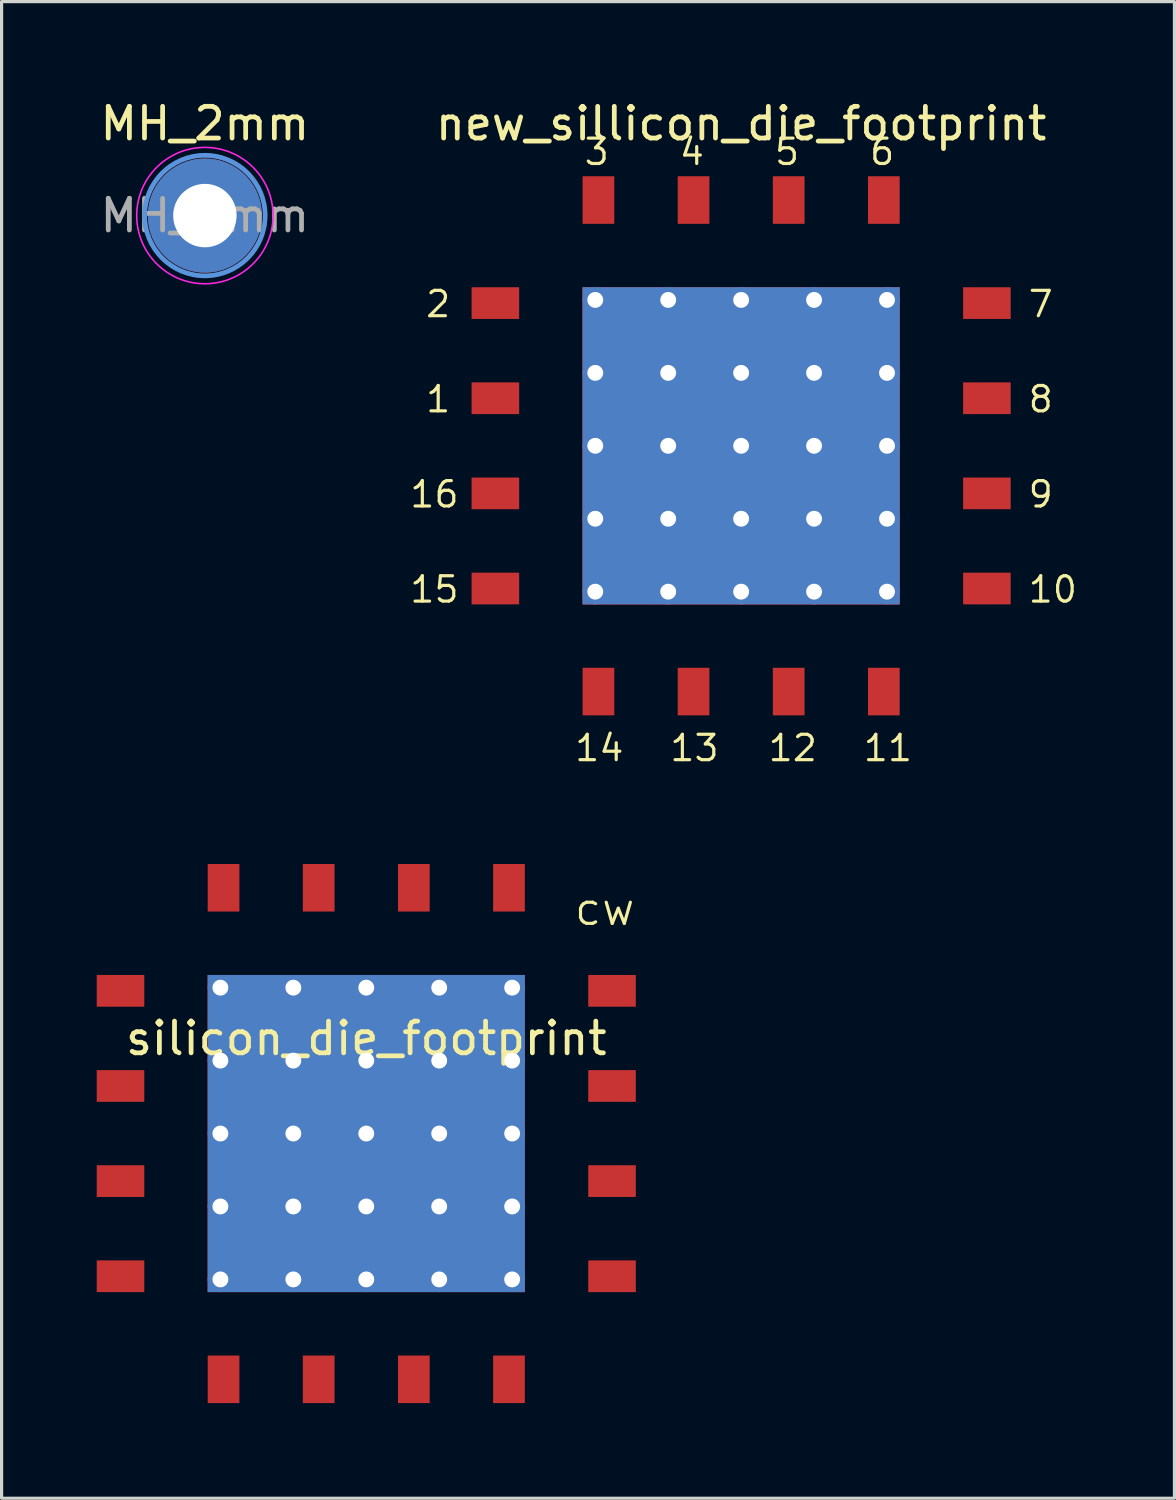
<source format=kicad_pcb>
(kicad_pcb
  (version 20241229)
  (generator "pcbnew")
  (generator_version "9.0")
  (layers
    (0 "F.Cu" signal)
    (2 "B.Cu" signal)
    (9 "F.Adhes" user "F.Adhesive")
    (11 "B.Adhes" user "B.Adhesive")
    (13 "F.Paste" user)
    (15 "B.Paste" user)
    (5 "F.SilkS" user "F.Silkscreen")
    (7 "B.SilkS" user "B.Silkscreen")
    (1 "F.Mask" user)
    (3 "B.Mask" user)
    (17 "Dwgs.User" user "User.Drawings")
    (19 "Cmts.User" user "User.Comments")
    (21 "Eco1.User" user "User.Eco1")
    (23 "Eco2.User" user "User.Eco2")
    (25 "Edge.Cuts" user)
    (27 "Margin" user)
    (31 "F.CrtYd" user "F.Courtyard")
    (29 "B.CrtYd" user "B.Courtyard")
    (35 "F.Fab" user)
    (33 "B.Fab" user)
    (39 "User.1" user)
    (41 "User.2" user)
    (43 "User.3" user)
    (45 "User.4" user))
  (footprint "silicon_die_footprint"
    (layer "F.Cu")
    (at 8.5 32.695)
    (property "Reference" "silicon_die_footprint" (at 0 -3 0) (layer "F.SilkS") (effects (font (size 1 1) (thickness 0.15))))
    (attr through_hole)
    (fp_text user "cw" (at 6.5 -6.5 0) (unlocked yes) (layer "F.SilkS") (effects (font (size 1 1) (thickness 0.1)) (justify left bottom)))
    (pad "" smd rect (at -7.75 -4.5) (size 1.21 0.81) (layers "F.Paste"))
    (pad "" smd rect (at -7.75 -1.5) (size 1.21 0.81) (layers "F.Paste"))
    (pad "" smd rect (at -7.75 1.5) (size 1.21 0.81) (layers "F.Paste"))
    (pad "" smd rect (at -7.75 4.5) (size 1.21 0.81) (layers "F.Paste"))
    (pad "" smd rect (at -4.5 -7.75) (size 0.81 1.21) (layers "F.Paste"))
    (pad "" smd rect (at -4.5 7.75) (size 0.81 1.21) (layers "F.Paste"))
    (pad "" smd rect (at -1.5 -7.75) (size 0.81 1.21) (layers "F.Paste"))
    (pad "" smd rect (at -1.5 7.75) (size 0.81 1.21) (layers "F.Paste"))
    (pad "" smd rect (at 0 0) (size 8.06 8.06) (layers "F.Paste"))
    (pad "" smd rect (at 1.5 -7.75) (size 0.81 1.21) (layers "F.Paste"))
    (pad "" smd rect (at 1.5 7.75) (size 0.81 1.21) (layers "F.Paste"))
    (pad "" smd rect (at 4.5 -7.75) (size 0.81 1.21) (layers "F.Paste"))
    (pad "" smd rect (at 4.5 7.75) (size 0.81 1.21) (layers "F.Paste"))
    (pad "" smd rect (at 7.75 -4.5) (size 1.21 0.81) (layers "F.Paste"))
    (pad "" smd rect (at 7.75 -1.5) (size 1.21 0.81) (layers "F.Paste"))
    (pad "" smd rect (at 7.75 1.5) (size 1.21 0.81) (layers "F.Paste"))
    (pad "" smd rect (at 7.75 4.5) (size 1.21 0.81) (layers "F.Paste"))
    (pad "1" smd rect (at 7.75 -4.5) (size 1.5 1) (layers "F.Cu" "F.Mask"))
    (pad "2" smd rect (at 7.75 -1.5) (size 1.5 1) (layers "F.Cu" "F.Mask"))
    (pad "3" smd rect (at 7.75 1.5) (size 1.5 1) (layers "F.Cu" "F.Mask"))
    (pad "4" smd rect (at 7.75 4.5) (size 1.5 1) (layers "F.Cu" "F.Mask"))
    (pad "5" smd rect (at 4.5 7.75) (size 1 1.5) (layers "F.Cu" "F.Mask"))
    (pad "6" smd rect (at 1.5 7.75) (size 1 1.5) (layers "F.Cu" "F.Mask"))
    (pad "7" smd rect (at -1.5 7.75) (size 1 1.5) (layers "F.Cu" "F.Mask"))
    (pad "8" smd rect (at -4.5 7.75) (size 1 1.5) (layers "F.Cu" "F.Mask"))
    (pad "9" smd rect (at -7.75 4.5) (size 1.5 1) (layers "F.Cu" "F.Mask"))
    (pad "10" smd rect (at -7.75 1.5) (size 1.5 1) (layers "F.Cu" "F.Mask"))
    (pad "11" smd rect (at -7.75 -1.5) (size 1.5 1) (layers "F.Cu" "F.Mask"))
    (pad "12" smd rect (at -7.75 -4.5) (size 1.5 1) (layers "F.Cu" "F.Mask"))
    (pad "13" smd rect (at -4.5 -7.75) (size 1 1.5) (layers "F.Cu" "F.Mask"))
    (pad "14" smd rect (at -1.5 -7.75) (size 1 1.5) (layers "F.Cu" "F.Mask"))
    (pad "15" smd rect (at 1.5 -7.75) (size 1 1.5) (layers "F.Cu" "F.Mask"))
    (pad "16" smd rect (at 4.5 -7.75) (size 1 1.5) (layers "F.Cu" "F.Mask"))
    (pad "17" thru_hole circle (at -4.6 -4.6) (size 0.8 0.8) (drill 0.5) (layers "*.Cu"))
    (pad "17" thru_hole circle (at -4.6 -2.3) (size 0.8 0.8) (drill 0.5) (layers "*.Cu"))
    (pad "17" thru_hole circle (at -4.6 0) (size 0.8 0.8) (drill 0.5) (layers "*.Cu"))
    (pad "17" thru_hole circle (at -4.6 2.3) (size 0.8 0.8) (drill 0.5) (layers "*.Cu"))
    (pad "17" thru_hole circle (at -4.6 4.6) (size 0.8 0.8) (drill 0.5) (layers "*.Cu"))
    (pad "17" thru_hole circle (at -2.3 -4.6) (size 0.8 0.8) (drill 0.5) (layers "*.Cu"))
    (pad "17" thru_hole circle (at -2.3 -2.3) (size 0.8 0.8) (drill 0.5) (layers "*.Cu"))
    (pad "17" thru_hole circle (at -2.3 0) (size 0.8 0.8) (drill 0.5) (layers "*.Cu"))
    (pad "17" thru_hole circle (at -2.3 2.3) (size 0.8 0.8) (drill 0.5) (layers "*.Cu"))
    (pad "17" thru_hole circle (at -2.3 4.6) (size 0.8 0.8) (drill 0.5) (layers "*.Cu"))
    (pad "17" thru_hole circle (at 0 -4.6) (size 0.8 0.8) (drill 0.5) (layers "*.Cu"))
    (pad "17" thru_hole circle (at 0 -2.3) (size 0.8 0.8) (drill 0.5) (layers "*.Cu"))
    (pad "17" thru_hole circle (at 0 0) (size 0.8 0.8) (drill 0.5) (layers "*.Cu"))
    (pad "17" smd rect (at 0 0) (size 10 10) (layers "F.Cu" "F.Mask"))
    (pad "17" smd rect (at 0 0) (size 10 10) (layers "F.Cu" "B.Mask"))
    (pad "17" smd rect (at 0 0) (size 10 10) (layers "B.Cu"))
    (pad "17" thru_hole circle (at 0 2.3) (size 0.8 0.8) (drill 0.5) (layers "*.Cu"))
    (pad "17" thru_hole circle (at 0 4.6) (size 0.8 0.8) (drill 0.5) (layers "*.Cu"))
    (pad "17" thru_hole circle (at 2.3 -4.6) (size 0.8 0.8) (drill 0.5) (layers "*.Cu"))
    (pad "17" thru_hole circle (at 2.3 -2.3) (size 0.8 0.8) (drill 0.5) (layers "*.Cu"))
    (pad "17" thru_hole circle (at 2.3 0) (size 0.8 0.8) (drill 0.5) (layers "*.Cu"))
    (pad "17" thru_hole circle (at 2.3 2.3) (size 0.8 0.8) (drill 0.5) (layers "*.Cu"))
    (pad "17" thru_hole circle (at 2.3 4.6) (size 0.8 0.8) (drill 0.5) (layers "*.Cu"))
    (pad "17" thru_hole circle (at 4.6 -4.6) (size 0.8 0.8) (drill 0.5) (layers "*.Cu"))
    (pad "17" thru_hole circle (at 4.6 -2.3) (size 0.8 0.8) (drill 0.5) (layers "*.Cu"))
    (pad "17" thru_hole circle (at 4.6 0) (size 0.8 0.8) (drill 0.5) (layers "*.Cu"))
    (pad "17" thru_hole circle (at 4.6 2.3) (size 0.8 0.8) (drill 0.5) (layers "*.Cu"))
    (pad "17" thru_hole circle (at 4.6 4.6) (size 0.8 0.8) (drill 0.5) (layers "*.Cu")))
  (footprint "MH_2mm"
    (layer "F.Cu")
    (at 3.411 3.748)
    (property "Reference" "MH_2mm" (at 0 -2.9 0) (layer "F.SilkS") (effects (font (size 1 1) (thickness 0.15))))
    (attr exclude_from_pos_files)
    (fp_circle (center 0 0) (end 1.9 0) (stroke (width 0.15) (type solid)) (fill no) (layer "Cmts.User"))
    (fp_circle (center 0 0) (end 2.15 0) (stroke (width 0.05) (type solid)) (fill no) (layer "F.CrtYd"))
    (fp_text user "${REFERENCE}" (at 0 0 0) (layer "F.Fab") (effects (font (size 1 1) (thickness 0.15))))
    (pad "1" thru_hole circle (at 0 0) (size 3.6 3.6) (drill 2) (layers "*.Cu" "*.Mask")))
  (footprint "new_sillicon_die_footprint"
    (layer "F.Cu")
    (at 20.321 11.008)
    (property "Reference" "new_sillicon_die_footprint" (at 0 -10.16 0) (layer "F.SilkS") (effects (font (size 1 1) (thickness 0.15))))
    (attr through_hole)
    (fp_text user "10" (at 9 5 0) (unlocked yes) (layer "F.SilkS") (effects (font (size 0.8 0.8) (thickness 0.1)) (justify left bottom)))
    (fp_text user "1" (at -10 -1 0) (unlocked yes) (layer "F.SilkS") (effects (font (size 0.8 0.8) (thickness 0.1)) (justify left bottom)))
    (fp_text user "11" (at 3.8 10 0) (unlocked yes) (layer "F.SilkS") (effects (font (size 0.8 0.8) (thickness 0.1)) (justify left bottom)))
    (fp_text user "14" (at -5.3 10 0) (unlocked yes) (layer "F.SilkS") (effects (font (size 0.8 0.8) (thickness 0.1)) (justify left bottom)))
    (fp_text user "15" (at -10.5 5 0) (unlocked yes) (layer "F.SilkS") (effects (font (size 0.8 0.8) (thickness 0.1)) (justify left bottom)))
    (fp_text user "2" (at -10 -4 0) (unlocked yes) (layer "F.SilkS") (effects (font (size 0.8 0.8) (thickness 0.1)) (justify left bottom)))
    (fp_text user "5" (at 1 -8.8 0) (unlocked yes) (layer "F.SilkS") (effects (font (size 0.8 0.8) (thickness 0.1)) (justify left bottom)))
    (fp_text user "6" (at 4 -8.8 0) (unlocked yes) (layer "F.SilkS") (effects (font (size 0.8 0.8) (thickness 0.1)) (justify left bottom)))
    (fp_text user "12" (at 0.8 10 0) (unlocked yes) (layer "F.SilkS") (effects (font (size 0.8 0.8) (thickness 0.1)) (justify left bottom)))
    (fp_text user "9" (at 9 2 0) (unlocked yes) (layer "F.SilkS") (effects (font (size 0.8 0.8) (thickness 0.1)) (justify left bottom)))
    (fp_text user "16" (at -10.5 2 0) (unlocked yes) (layer "F.SilkS") (effects (font (size 0.8 0.8) (thickness 0.1)) (justify left bottom)))
    (fp_text user "3" (at -5 -8.8 0) (unlocked yes) (layer "F.SilkS") (effects (font (size 0.8 0.8) (thickness 0.1)) (justify left bottom)))
    (fp_text user "8" (at 9 -1 0) (unlocked yes) (layer "F.SilkS") (effects (font (size 0.8 0.8) (thickness 0.1)) (justify left bottom)))
    (fp_text user "7" (at 9 -4 0) (unlocked yes) (layer "F.SilkS") (effects (font (size 0.8 0.8) (thickness 0.1)) (justify left bottom)))
    (fp_text user "4" (at -2 -8.8 0) (unlocked yes) (layer "F.SilkS") (effects (font (size 0.8 0.8) (thickness 0.1)) (justify left bottom)))
    (fp_text user "13" (at -2.3 10 0) (unlocked yes) (layer "F.SilkS") (effects (font (size 0.8 0.8) (thickness 0.1)) (justify left bottom)))
    (pad "1" smd rect (at -7.75 -1.5) (size 1.5 1) (layers "F.Cu" "F.Mask"))
    (pad "2" smd rect (at -7.75 -4.5) (size 1.5 1) (layers "F.Cu" "F.Mask"))
    (pad "3" smd rect (at -4.5 -7.75) (size 1 1.5) (layers "F.Cu" "F.Mask"))
    (pad "4" smd rect (at -1.5 -7.75) (size 1 1.5) (layers "F.Cu" "F.Mask"))
    (pad "5" smd rect (at 1.5 -7.75) (size 1 1.5) (layers "F.Cu" "F.Mask"))
    (pad "6" smd rect (at 4.5 -7.75) (size 1 1.5) (layers "F.Cu" "F.Mask"))
    (pad "7" smd rect (at 7.75 -4.5) (size 1.5 1) (layers "F.Cu" "F.Mask"))
    (pad "8" smd rect (at 7.75 -1.5) (size 1.5 1) (layers "F.Cu" "F.Mask"))
    (pad "9" smd rect (at 7.75 1.5) (size 1.5 1) (layers "F.Cu" "F.Mask"))
    (pad "10" smd rect (at 7.75 4.5) (size 1.5 1) (layers "F.Cu" "F.Mask"))
    (pad "11" smd rect (at 4.5 7.75) (size 1 1.5) (layers "F.Cu" "F.Mask"))
    (pad "12" smd rect (at 1.5 7.75) (size 1 1.5) (layers "F.Cu" "F.Mask"))
    (pad "13" smd rect (at -1.5 7.75) (size 1 1.5) (layers "F.Cu" "F.Mask"))
    (pad "14" smd rect (at -4.5 7.75) (size 1 1.5) (layers "F.Cu" "F.Mask"))
    (pad "15" smd rect (at -7.75 4.5) (size 1.5 1) (layers "F.Cu" "F.Mask"))
    (pad "16" smd rect (at -7.75 1.5) (size 1.5 1) (layers "F.Cu" "F.Mask"))
    (pad "17" thru_hole circle (at -4.6 -4.6) (size 0.8 0.8) (drill 0.5) (layers "*.Cu"))
    (pad "17" thru_hole circle (at -4.6 -2.3) (size 0.8 0.8) (drill 0.5) (layers "*.Cu"))
    (pad "17" thru_hole circle (at -4.6 0) (size 0.8 0.8) (drill 0.5) (layers "*.Cu"))
    (pad "17" thru_hole circle (at -4.6 2.3) (size 0.8 0.8) (drill 0.5) (layers "*.Cu"))
    (pad "17" thru_hole circle (at -4.6 4.6) (size 0.8 0.8) (drill 0.5) (layers "*.Cu"))
    (pad "17" thru_hole circle (at -2.3 -4.6) (size 0.8 0.8) (drill 0.5) (layers "*.Cu"))
    (pad "17" thru_hole circle (at -2.3 -2.3) (size 0.8 0.8) (drill 0.5) (layers "*.Cu"))
    (pad "17" thru_hole circle (at -2.3 0) (size 0.8 0.8) (drill 0.5) (layers "*.Cu"))
    (pad "17" thru_hole circle (at -2.3 2.3) (size 0.8 0.8) (drill 0.5) (layers "*.Cu"))
    (pad "17" thru_hole circle (at -2.3 4.6) (size 0.8 0.8) (drill 0.5) (layers "*.Cu"))
    (pad "17" thru_hole circle (at 0 -4.6) (size 0.8 0.8) (drill 0.5) (layers "*.Cu"))
    (pad "17" thru_hole circle (at 0 -2.3) (size 0.8 0.8) (drill 0.5) (layers "*.Cu"))
    (pad "17" thru_hole circle (at 0 0) (size 0.8 0.8) (drill 0.5) (layers "*.Cu"))
    (pad "17" smd rect (at 0 0) (size 10 10) (layers "F.Cu" "F.Mask"))
    (pad "17" smd rect (at 0 0) (size 10 10) (layers "F.Cu" "B.Mask"))
    (pad "17" smd rect (at 0 0) (size 10 10) (layers "B.Cu"))
    (pad "17" thru_hole circle (at 0 2.3) (size 0.8 0.8) (drill 0.5) (layers "*.Cu"))
    (pad "17" thru_hole circle (at 0 4.6) (size 0.8 0.8) (drill 0.5) (layers "*.Cu"))
    (pad "17" thru_hole circle (at 2.3 -4.6) (size 0.8 0.8) (drill 0.5) (layers "*.Cu"))
    (pad "17" thru_hole circle (at 2.3 -2.3) (size 0.8 0.8) (drill 0.5) (layers "*.Cu"))
    (pad "17" thru_hole circle (at 2.3 0) (size 0.8 0.8) (drill 0.5) (layers "*.Cu"))
    (pad "17" thru_hole circle (at 2.3 2.3) (size 0.8 0.8) (drill 0.5) (layers "*.Cu"))
    (pad "17" thru_hole circle (at 2.3 4.6) (size 0.8 0.8) (drill 0.5) (layers "*.Cu"))
    (pad "17" thru_hole circle (at 4.6 -4.6) (size 0.8 0.8) (drill 0.5) (layers "*.Cu"))
    (pad "17" thru_hole circle (at 4.6 -2.3) (size 0.8 0.8) (drill 0.5) (layers "*.Cu"))
    (pad "17" thru_hole circle (at 4.6 0) (size 0.8 0.8) (drill 0.5) (layers "*.Cu"))
    (pad "17" thru_hole circle (at 4.6 2.3) (size 0.8 0.8) (drill 0.5) (layers "*.Cu"))
    (pad "17" thru_hole circle (at 4.6 4.6) (size 0.8 0.8) (drill 0.5) (layers "*.Cu")))
  (gr_rect
    (start -3 -3)
    (end 33.985 44.195)
    (stroke (width 0.1) (type default))
    (fill no)
    (layer "Edge.Cuts")))
</source>
